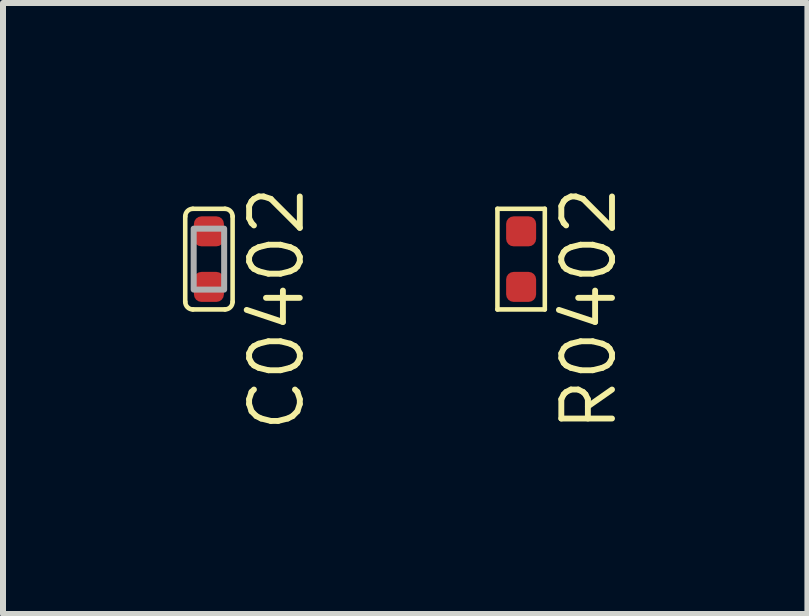
<source format=kicad_pcb>
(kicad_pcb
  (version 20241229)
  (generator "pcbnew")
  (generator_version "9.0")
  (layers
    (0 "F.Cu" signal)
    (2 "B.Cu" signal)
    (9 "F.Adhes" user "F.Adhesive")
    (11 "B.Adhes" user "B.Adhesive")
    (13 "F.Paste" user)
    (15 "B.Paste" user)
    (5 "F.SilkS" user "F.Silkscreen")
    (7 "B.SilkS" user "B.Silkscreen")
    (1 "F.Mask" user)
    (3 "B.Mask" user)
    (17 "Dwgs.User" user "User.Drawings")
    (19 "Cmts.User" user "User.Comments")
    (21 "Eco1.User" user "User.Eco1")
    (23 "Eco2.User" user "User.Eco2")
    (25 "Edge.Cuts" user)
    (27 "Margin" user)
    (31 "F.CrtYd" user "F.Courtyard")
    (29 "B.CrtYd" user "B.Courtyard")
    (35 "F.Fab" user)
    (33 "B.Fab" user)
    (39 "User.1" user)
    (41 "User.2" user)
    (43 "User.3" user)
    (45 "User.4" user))
  (footprint "C0402"
    (layer "F.Cu")
    (at 0.433 1.27)
    (property "Reference" "C0402" (at 0.635 -1.27 90) (layer "F.SilkS") (effects (font (size 0.845 0.845) (thickness 0.098)) (justify right top)))
    (attr through_hole)
    (fp_line (start -0.395 0.712) (end -0.395 -0.712) (stroke (width 0.076) (type solid)) (layer "F.SilkS"))
    (fp_line (start -0.268 -0.839) (end 0.268 -0.839) (stroke (width 0.076) (type solid)) (layer "F.SilkS"))
    (fp_line (start 0.268 0.839) (end -0.268 0.839) (stroke (width 0.076) (type solid)) (layer "F.SilkS"))
    (fp_line (start 0.395 -0.712) (end 0.395 0.712) (stroke (width 0.076) (type solid)) (layer "F.SilkS"))
    (fp_arc (start -0.3945 -0.712) (mid -0.357303 -0.801803) (end -0.2675 -0.839) (stroke (width 0.0762) (type solid)) (layer "F.SilkS"))
    (fp_arc (start -0.2675 0.839) (mid -0.357303 0.801803) (end -0.3945 0.712) (stroke (width 0.0762) (type solid)) (layer "F.SilkS"))
    (fp_arc (start 0.2675 -0.839) (mid 0.357303 -0.801803) (end 0.3945 -0.712) (stroke (width 0.0762) (type solid)) (layer "F.SilkS"))
    (fp_arc (start 0.3945 0.712) (mid 0.357303 0.801803) (end 0.2675 0.839) (stroke (width 0.0762) (type solid)) (layer "F.SilkS"))
    (fp_poly (pts (xy 0.254 -0.508) (xy 0.254 0.508) (xy -0.254 0.508) (xy -0.254 -0.508)) (stroke (width 0.1) (type solid)) (fill no) (layer "F.Fab"))
    (pad "1" smd roundrect (at 0 -0.463 270) (size 0.5 0.5) (layers "F.Cu" "F.Mask" "F.Paste") (roundrect_rratio 0.25))
    (pad "2" smd roundrect (at 0 0.463 270) (size 0.5 0.5) (layers "F.Cu" "F.Mask" "F.Paste") (roundrect_rratio 0.25)))
  (footprint "R0402"
    (layer "F.Cu")
    (at 5.638 1.27)
    (property "Reference" "R0402" (at 0.635 -1.27 90) (layer "F.SilkS") (effects (font (size 0.845 0.845) (thickness 0.098)) (justify right top)))
    (attr through_hole)
    (fp_line (start -0.395 -0.839) (end 0.395 -0.839) (stroke (width 0.076) (type solid)) (layer "F.SilkS"))
    (fp_line (start -0.395 0.839) (end -0.395 -0.839) (stroke (width 0.076) (type solid)) (layer "F.SilkS"))
    (fp_line (start 0.395 -0.839) (end 0.395 0.839) (stroke (width 0.076) (type solid)) (layer "F.SilkS"))
    (fp_line (start 0.395 0.839) (end -0.395 0.839) (stroke (width 0.076) (type solid)) (layer "F.SilkS"))
    (pad "1" smd roundrect (at 0 -0.463 270) (size 0.5 0.5) (layers "F.Cu" "F.Mask" "F.Paste") (roundrect_rratio 0.25))
    (pad "2" smd roundrect (at 0 0.463 270) (size 0.5 0.5) (layers "F.Cu" "F.Mask" "F.Paste") (roundrect_rratio 0.25)))
  (gr_rect
    (start -3 -3)
    (end 10.411 7.186)
    (stroke (width 0.1) (type default))
    (fill no)
    (layer "Edge.Cuts")))
</source>
